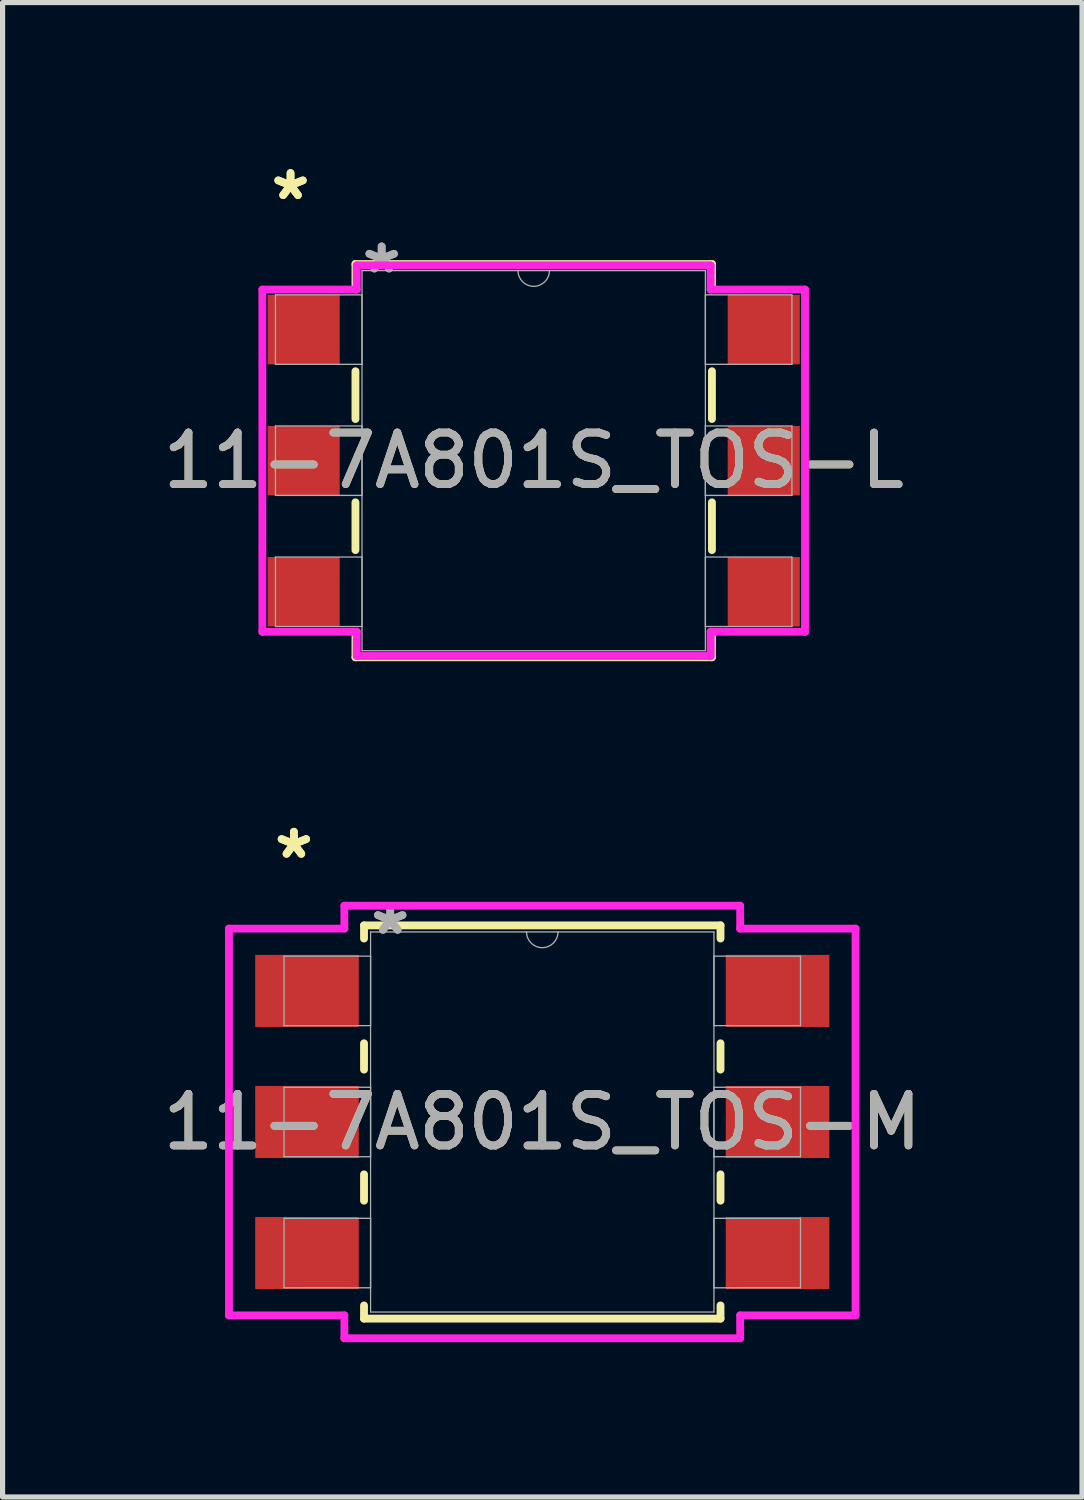
<source format=kicad_pcb>
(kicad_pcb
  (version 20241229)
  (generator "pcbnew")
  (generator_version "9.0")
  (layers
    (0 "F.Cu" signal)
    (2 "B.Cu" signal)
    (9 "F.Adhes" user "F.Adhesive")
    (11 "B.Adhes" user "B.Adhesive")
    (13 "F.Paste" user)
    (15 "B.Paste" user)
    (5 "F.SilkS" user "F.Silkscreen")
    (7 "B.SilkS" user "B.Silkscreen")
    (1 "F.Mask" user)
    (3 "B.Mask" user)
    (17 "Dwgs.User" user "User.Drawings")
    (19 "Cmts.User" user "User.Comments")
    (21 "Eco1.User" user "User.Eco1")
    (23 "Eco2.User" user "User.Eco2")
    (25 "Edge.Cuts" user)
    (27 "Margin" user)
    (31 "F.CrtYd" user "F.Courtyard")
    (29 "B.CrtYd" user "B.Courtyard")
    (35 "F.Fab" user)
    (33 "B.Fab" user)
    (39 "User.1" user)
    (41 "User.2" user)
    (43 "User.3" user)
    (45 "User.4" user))
  (footprint "11-7A801S_TOS-L"
    (layer "F.Cu")
    (at 7.292 5.877)
    (property "Reference" "11-7A801S_TOS-L" (at 0 0 0) (unlocked yes) (layer "F.SilkS") (effects (font (size 1 1) (thickness 0.15))))
    (attr smd)
    (fp_line (start -3.454 -3.81) (end -3.454 -3.347) (stroke (width 0.152) (type solid)) (layer "F.SilkS"))
    (fp_line (start -3.454 -1.733) (end -3.454 -0.807) (stroke (width 0.152) (type solid)) (layer "F.SilkS"))
    (fp_line (start -3.454 0.807) (end -3.454 1.733) (stroke (width 0.152) (type solid)) (layer "F.SilkS"))
    (fp_line (start -3.454 3.347) (end -3.454 3.81) (stroke (width 0.152) (type solid)) (layer "F.SilkS"))
    (fp_line (start -3.454 3.81) (end 3.454 3.81) (stroke (width 0.152) (type solid)) (layer "F.SilkS"))
    (fp_line (start 3.454 -3.81) (end -3.454 -3.81) (stroke (width 0.152) (type solid)) (layer "F.SilkS"))
    (fp_line (start 3.454 -3.347) (end 3.454 -3.81) (stroke (width 0.152) (type solid)) (layer "F.SilkS"))
    (fp_line (start 3.454 -0.807) (end 3.454 -1.733) (stroke (width 0.152) (type solid)) (layer "F.SilkS"))
    (fp_line (start 3.454 1.733) (end 3.454 0.807) (stroke (width 0.152) (type solid)) (layer "F.SilkS"))
    (fp_line (start 3.454 3.81) (end 3.454 3.347) (stroke (width 0.152) (type solid)) (layer "F.SilkS"))
    (fp_line (start -5.258 -3.315) (end -3.429 -3.315) (stroke (width 0.152) (type solid)) (layer "F.CrtYd"))
    (fp_line (start -5.258 3.315) (end -5.258 -3.315) (stroke (width 0.152) (type solid)) (layer "F.CrtYd"))
    (fp_line (start -5.258 3.315) (end -3.429 3.315) (stroke (width 0.152) (type solid)) (layer "F.CrtYd"))
    (fp_line (start -3.429 -3.785) (end 3.429 -3.785) (stroke (width 0.152) (type solid)) (layer "F.CrtYd"))
    (fp_line (start -3.429 -3.315) (end -3.429 -3.785) (stroke (width 0.152) (type solid)) (layer "F.CrtYd"))
    (fp_line (start -3.429 3.785) (end -3.429 3.315) (stroke (width 0.152) (type solid)) (layer "F.CrtYd"))
    (fp_line (start 3.429 -3.785) (end 3.429 -3.315) (stroke (width 0.152) (type solid)) (layer "F.CrtYd"))
    (fp_line (start 3.429 3.315) (end 3.429 3.785) (stroke (width 0.152) (type solid)) (layer "F.CrtYd"))
    (fp_line (start 3.429 3.785) (end -3.429 3.785) (stroke (width 0.152) (type solid)) (layer "F.CrtYd"))
    (fp_line (start 5.258 -3.315) (end 3.429 -3.315) (stroke (width 0.152) (type solid)) (layer "F.CrtYd"))
    (fp_line (start 5.258 -3.315) (end 5.258 3.315) (stroke (width 0.152) (type solid)) (layer "F.CrtYd"))
    (fp_line (start 5.258 3.315) (end 3.429 3.315) (stroke (width 0.152) (type solid)) (layer "F.CrtYd"))
    (fp_line (start -5.004 -3.213) (end -5.004 -1.867) (stroke (width 0.025) (type solid)) (layer "F.Fab"))
    (fp_line (start -5.004 -1.867) (end -3.327 -1.867) (stroke (width 0.025) (type solid)) (layer "F.Fab"))
    (fp_line (start -5.004 -0.673) (end -5.004 0.673) (stroke (width 0.025) (type solid)) (layer "F.Fab"))
    (fp_line (start -5.004 0.673) (end -3.327 0.673) (stroke (width 0.025) (type solid)) (layer "F.Fab"))
    (fp_line (start -5.004 1.867) (end -5.004 3.213) (stroke (width 0.025) (type solid)) (layer "F.Fab"))
    (fp_line (start -5.004 3.213) (end -3.327 3.213) (stroke (width 0.025) (type solid)) (layer "F.Fab"))
    (fp_line (start -3.327 -3.683) (end -3.327 3.683) (stroke (width 0.025) (type solid)) (layer "F.Fab"))
    (fp_line (start -3.327 -3.213) (end -5.004 -3.213) (stroke (width 0.025) (type solid)) (layer "F.Fab"))
    (fp_line (start -3.327 -1.867) (end -3.327 -3.213) (stroke (width 0.025) (type solid)) (layer "F.Fab"))
    (fp_line (start -3.327 -0.673) (end -5.004 -0.673) (stroke (width 0.025) (type solid)) (layer "F.Fab"))
    (fp_line (start -3.327 0.673) (end -3.327 -0.673) (stroke (width 0.025) (type solid)) (layer "F.Fab"))
    (fp_line (start -3.327 1.867) (end -5.004 1.867) (stroke (width 0.025) (type solid)) (layer "F.Fab"))
    (fp_line (start -3.327 3.213) (end -3.327 1.867) (stroke (width 0.025) (type solid)) (layer "F.Fab"))
    (fp_line (start -3.327 3.683) (end 3.327 3.683) (stroke (width 0.025) (type solid)) (layer "F.Fab"))
    (fp_line (start 3.327 -3.683) (end -3.327 -3.683) (stroke (width 0.025) (type solid)) (layer "F.Fab"))
    (fp_line (start 3.327 -3.213) (end 3.327 -1.867) (stroke (width 0.025) (type solid)) (layer "F.Fab"))
    (fp_line (start 3.327 -1.867) (end 5.004 -1.867) (stroke (width 0.025) (type solid)) (layer "F.Fab"))
    (fp_line (start 3.327 -0.673) (end 3.327 0.673) (stroke (width 0.025) (type solid)) (layer "F.Fab"))
    (fp_line (start 3.327 0.673) (end 5.004 0.673) (stroke (width 0.025) (type solid)) (layer "F.Fab"))
    (fp_line (start 3.327 1.867) (end 3.327 3.213) (stroke (width 0.025) (type solid)) (layer "F.Fab"))
    (fp_line (start 3.327 3.213) (end 5.004 3.213) (stroke (width 0.025) (type solid)) (layer "F.Fab"))
    (fp_line (start 3.327 3.683) (end 3.327 -3.683) (stroke (width 0.025) (type solid)) (layer "F.Fab"))
    (fp_line (start 5.004 -3.213) (end 3.327 -3.213) (stroke (width 0.025) (type solid)) (layer "F.Fab"))
    (fp_line (start 5.004 -1.867) (end 5.004 -3.213) (stroke (width 0.025) (type solid)) (layer "F.Fab"))
    (fp_line (start 5.004 -0.673) (end 3.327 -0.673) (stroke (width 0.025) (type solid)) (layer "F.Fab"))
    (fp_line (start 5.004 0.673) (end 5.004 -0.673) (stroke (width 0.025) (type solid)) (layer "F.Fab"))
    (fp_line (start 5.004 1.867) (end 3.327 1.867) (stroke (width 0.025) (type solid)) (layer "F.Fab"))
    (fp_line (start 5.004 3.213) (end 5.004 1.867) (stroke (width 0.025) (type solid)) (layer "F.Fab"))
    (fp_arc (start 0.3048 -3.683) (mid 0 -3.3782) (end -0.3048 -3.683) (stroke (width 0.0254) (type solid)) (layer "F.Fab"))
    (fp_text user "*" (at -4.712 -5.029 0) (unlocked yes) (layer "F.SilkS") (effects (font (size 1 1) (thickness 0.15))))
    (fp_text user "*" (at -4.712 -5.029 0) (layer "F.SilkS") (effects (font (size 1 1) (thickness 0.15))))
    (fp_text user "*" (at -2.946 -3.607 0) (layer "F.Fab") (effects (font (size 1 1) (thickness 0.15))))
    (fp_text user "*" (at -2.946 -3.607 0) (unlocked yes) (layer "F.Fab") (effects (font (size 1 1) (thickness 0.15))))
    (fp_text user "${REFERENCE}" (at 0 0 0) (unlocked yes) (layer "F.Fab") (effects (font (size 1 1) (thickness 0.15))))
    (pad "1" smd rect (at -4.458 -2.54) (size 1.397 1.346) (layers "F.Cu" "F.Mask" "F.Paste"))
    (pad "2" smd rect (at -4.458 0) (size 1.397 1.346) (layers "F.Cu" "F.Mask" "F.Paste"))
    (pad "3" smd rect (at -4.458 2.54) (size 1.397 1.346) (layers "F.Cu" "F.Mask" "F.Paste"))
    (pad "4" smd rect (at 4.458 2.54) (size 1.397 1.346) (layers "F.Cu" "F.Mask" "F.Paste"))
    (pad "5" smd rect (at 4.458 0) (size 1.397 1.346) (layers "F.Cu" "F.Mask" "F.Paste"))
    (pad "6" smd rect (at 4.458 -2.54) (size 1.397 1.346) (layers "F.Cu" "F.Mask" "F.Paste")))
  (footprint "11-7A801S_TOS-M"
    (layer "F.Cu")
    (at 7.458 18.692)
    (property "Reference" "11-7A801S_TOS-M" (at 0 0 0) (unlocked yes) (layer "F.SilkS") (effects (font (size 1 1) (thickness 0.15))))
    (attr smd)
    (fp_line (start -3.454 -3.81) (end -3.454 -3.555) (stroke (width 0.152) (type solid)) (layer "F.SilkS"))
    (fp_line (start -3.454 -1.525) (end -3.454 -1.015) (stroke (width 0.152) (type solid)) (layer "F.SilkS"))
    (fp_line (start -3.454 1.015) (end -3.454 1.525) (stroke (width 0.152) (type solid)) (layer "F.SilkS"))
    (fp_line (start -3.454 3.555) (end -3.454 3.81) (stroke (width 0.152) (type solid)) (layer "F.SilkS"))
    (fp_line (start -3.454 3.81) (end 3.454 3.81) (stroke (width 0.152) (type solid)) (layer "F.SilkS"))
    (fp_line (start 3.454 -3.81) (end -3.454 -3.81) (stroke (width 0.152) (type solid)) (layer "F.SilkS"))
    (fp_line (start 3.454 -3.555) (end 3.454 -3.81) (stroke (width 0.152) (type solid)) (layer "F.SilkS"))
    (fp_line (start 3.454 -1.015) (end 3.454 -1.525) (stroke (width 0.152) (type solid)) (layer "F.SilkS"))
    (fp_line (start 3.454 1.525) (end 3.454 1.015) (stroke (width 0.152) (type solid)) (layer "F.SilkS"))
    (fp_line (start 3.454 3.81) (end 3.454 3.555) (stroke (width 0.152) (type solid)) (layer "F.SilkS"))
    (fp_line (start -6.071 -3.747) (end -3.835 -3.747) (stroke (width 0.152) (type solid)) (layer "F.CrtYd"))
    (fp_line (start -6.071 3.747) (end -6.071 -3.747) (stroke (width 0.152) (type solid)) (layer "F.CrtYd"))
    (fp_line (start -6.071 3.747) (end -3.835 3.747) (stroke (width 0.152) (type solid)) (layer "F.CrtYd"))
    (fp_line (start -3.835 -4.191) (end 3.835 -4.191) (stroke (width 0.152) (type solid)) (layer "F.CrtYd"))
    (fp_line (start -3.835 -3.747) (end -3.835 -4.191) (stroke (width 0.152) (type solid)) (layer "F.CrtYd"))
    (fp_line (start -3.835 4.191) (end -3.835 3.747) (stroke (width 0.152) (type solid)) (layer "F.CrtYd"))
    (fp_line (start 3.835 -4.191) (end 3.835 -3.747) (stroke (width 0.152) (type solid)) (layer "F.CrtYd"))
    (fp_line (start 3.835 3.747) (end 3.835 4.191) (stroke (width 0.152) (type solid)) (layer "F.CrtYd"))
    (fp_line (start 3.835 4.191) (end -3.835 4.191) (stroke (width 0.152) (type solid)) (layer "F.CrtYd"))
    (fp_line (start 6.071 -3.747) (end 3.835 -3.747) (stroke (width 0.152) (type solid)) (layer "F.CrtYd"))
    (fp_line (start 6.071 -3.747) (end 6.071 3.747) (stroke (width 0.152) (type solid)) (layer "F.CrtYd"))
    (fp_line (start 6.071 3.747) (end 3.835 3.747) (stroke (width 0.152) (type solid)) (layer "F.CrtYd"))
    (fp_line (start -5.004 -3.213) (end -5.004 -1.867) (stroke (width 0.025) (type solid)) (layer "F.Fab"))
    (fp_line (start -5.004 -1.867) (end -3.327 -1.867) (stroke (width 0.025) (type solid)) (layer "F.Fab"))
    (fp_line (start -5.004 -0.673) (end -5.004 0.673) (stroke (width 0.025) (type solid)) (layer "F.Fab"))
    (fp_line (start -5.004 0.673) (end -3.327 0.673) (stroke (width 0.025) (type solid)) (layer "F.Fab"))
    (fp_line (start -5.004 1.867) (end -5.004 3.213) (stroke (width 0.025) (type solid)) (layer "F.Fab"))
    (fp_line (start -5.004 3.213) (end -3.327 3.213) (stroke (width 0.025) (type solid)) (layer "F.Fab"))
    (fp_line (start -3.327 -3.683) (end -3.327 3.683) (stroke (width 0.025) (type solid)) (layer "F.Fab"))
    (fp_line (start -3.327 -3.213) (end -5.004 -3.213) (stroke (width 0.025) (type solid)) (layer "F.Fab"))
    (fp_line (start -3.327 -1.867) (end -3.327 -3.213) (stroke (width 0.025) (type solid)) (layer "F.Fab"))
    (fp_line (start -3.327 -0.673) (end -5.004 -0.673) (stroke (width 0.025) (type solid)) (layer "F.Fab"))
    (fp_line (start -3.327 0.673) (end -3.327 -0.673) (stroke (width 0.025) (type solid)) (layer "F.Fab"))
    (fp_line (start -3.327 1.867) (end -5.004 1.867) (stroke (width 0.025) (type solid)) (layer "F.Fab"))
    (fp_line (start -3.327 3.213) (end -3.327 1.867) (stroke (width 0.025) (type solid)) (layer "F.Fab"))
    (fp_line (start -3.327 3.683) (end 3.327 3.683) (stroke (width 0.025) (type solid)) (layer "F.Fab"))
    (fp_line (start 3.327 -3.683) (end -3.327 -3.683) (stroke (width 0.025) (type solid)) (layer "F.Fab"))
    (fp_line (start 3.327 -3.213) (end 3.327 -1.867) (stroke (width 0.025) (type solid)) (layer "F.Fab"))
    (fp_line (start 3.327 -1.867) (end 5.004 -1.867) (stroke (width 0.025) (type solid)) (layer "F.Fab"))
    (fp_line (start 3.327 -0.673) (end 3.327 0.673) (stroke (width 0.025) (type solid)) (layer "F.Fab"))
    (fp_line (start 3.327 0.673) (end 5.004 0.673) (stroke (width 0.025) (type solid)) (layer "F.Fab"))
    (fp_line (start 3.327 1.867) (end 3.327 3.213) (stroke (width 0.025) (type solid)) (layer "F.Fab"))
    (fp_line (start 3.327 3.213) (end 5.004 3.213) (stroke (width 0.025) (type solid)) (layer "F.Fab"))
    (fp_line (start 3.327 3.683) (end 3.327 -3.683) (stroke (width 0.025) (type solid)) (layer "F.Fab"))
    (fp_line (start 5.004 -3.213) (end 3.327 -3.213) (stroke (width 0.025) (type solid)) (layer "F.Fab"))
    (fp_line (start 5.004 -1.867) (end 5.004 -3.213) (stroke (width 0.025) (type solid)) (layer "F.Fab"))
    (fp_line (start 5.004 -0.673) (end 3.327 -0.673) (stroke (width 0.025) (type solid)) (layer "F.Fab"))
    (fp_line (start 5.004 0.673) (end 5.004 -0.673) (stroke (width 0.025) (type solid)) (layer "F.Fab"))
    (fp_line (start 5.004 1.867) (end 3.327 1.867) (stroke (width 0.025) (type solid)) (layer "F.Fab"))
    (fp_line (start 5.004 3.213) (end 5.004 1.867) (stroke (width 0.025) (type solid)) (layer "F.Fab"))
    (fp_arc (start 0.3048 -3.683) (mid 0 -3.3782) (end -0.3048 -3.683) (stroke (width 0.0254) (type solid)) (layer "F.Fab"))
    (fp_text user "*" (at -4.813 -5.08 0) (layer "F.SilkS") (effects (font (size 1 1) (thickness 0.15))))
    (fp_text user "*" (at -4.813 -5.08 0) (unlocked yes) (layer "F.SilkS") (effects (font (size 1 1) (thickness 0.15))))
    (fp_text user "${REFERENCE}" (at 0 0 0) (unlocked yes) (layer "F.Fab") (effects (font (size 1 1) (thickness 0.15))))
    (fp_text user "*" (at -2.946 -3.607 0) (layer "F.Fab") (effects (font (size 1 1) (thickness 0.15))))
    (fp_text user "*" (at -2.946 -3.607 0) (unlocked yes) (layer "F.Fab") (effects (font (size 1 1) (thickness 0.15))))
    (pad "1" smd rect (at -4.559 -2.54) (size 2.007 1.397) (layers "F.Cu" "F.Mask" "F.Paste"))
    (pad "2" smd rect (at -4.559 0) (size 2.007 1.397) (layers "F.Cu" "F.Mask" "F.Paste"))
    (pad "3" smd rect (at -4.559 2.54) (size 2.007 1.397) (layers "F.Cu" "F.Mask" "F.Paste"))
    (pad "4" smd rect (at 4.559 2.54) (size 2.007 1.397) (layers "F.Cu" "F.Mask" "F.Paste"))
    (pad "5" smd rect (at 4.559 0) (size 2.007 1.397) (layers "F.Cu" "F.Mask" "F.Paste"))
    (pad "6" smd rect (at 4.559 -2.54) (size 2.007 1.397) (layers "F.Cu" "F.Mask" "F.Paste")))
  (gr_rect
    (start -3 -3)
    (end 17.917 25.959)
    (stroke (width 0.1) (type default))
    (fill no)
    (layer "Edge.Cuts")))
</source>
